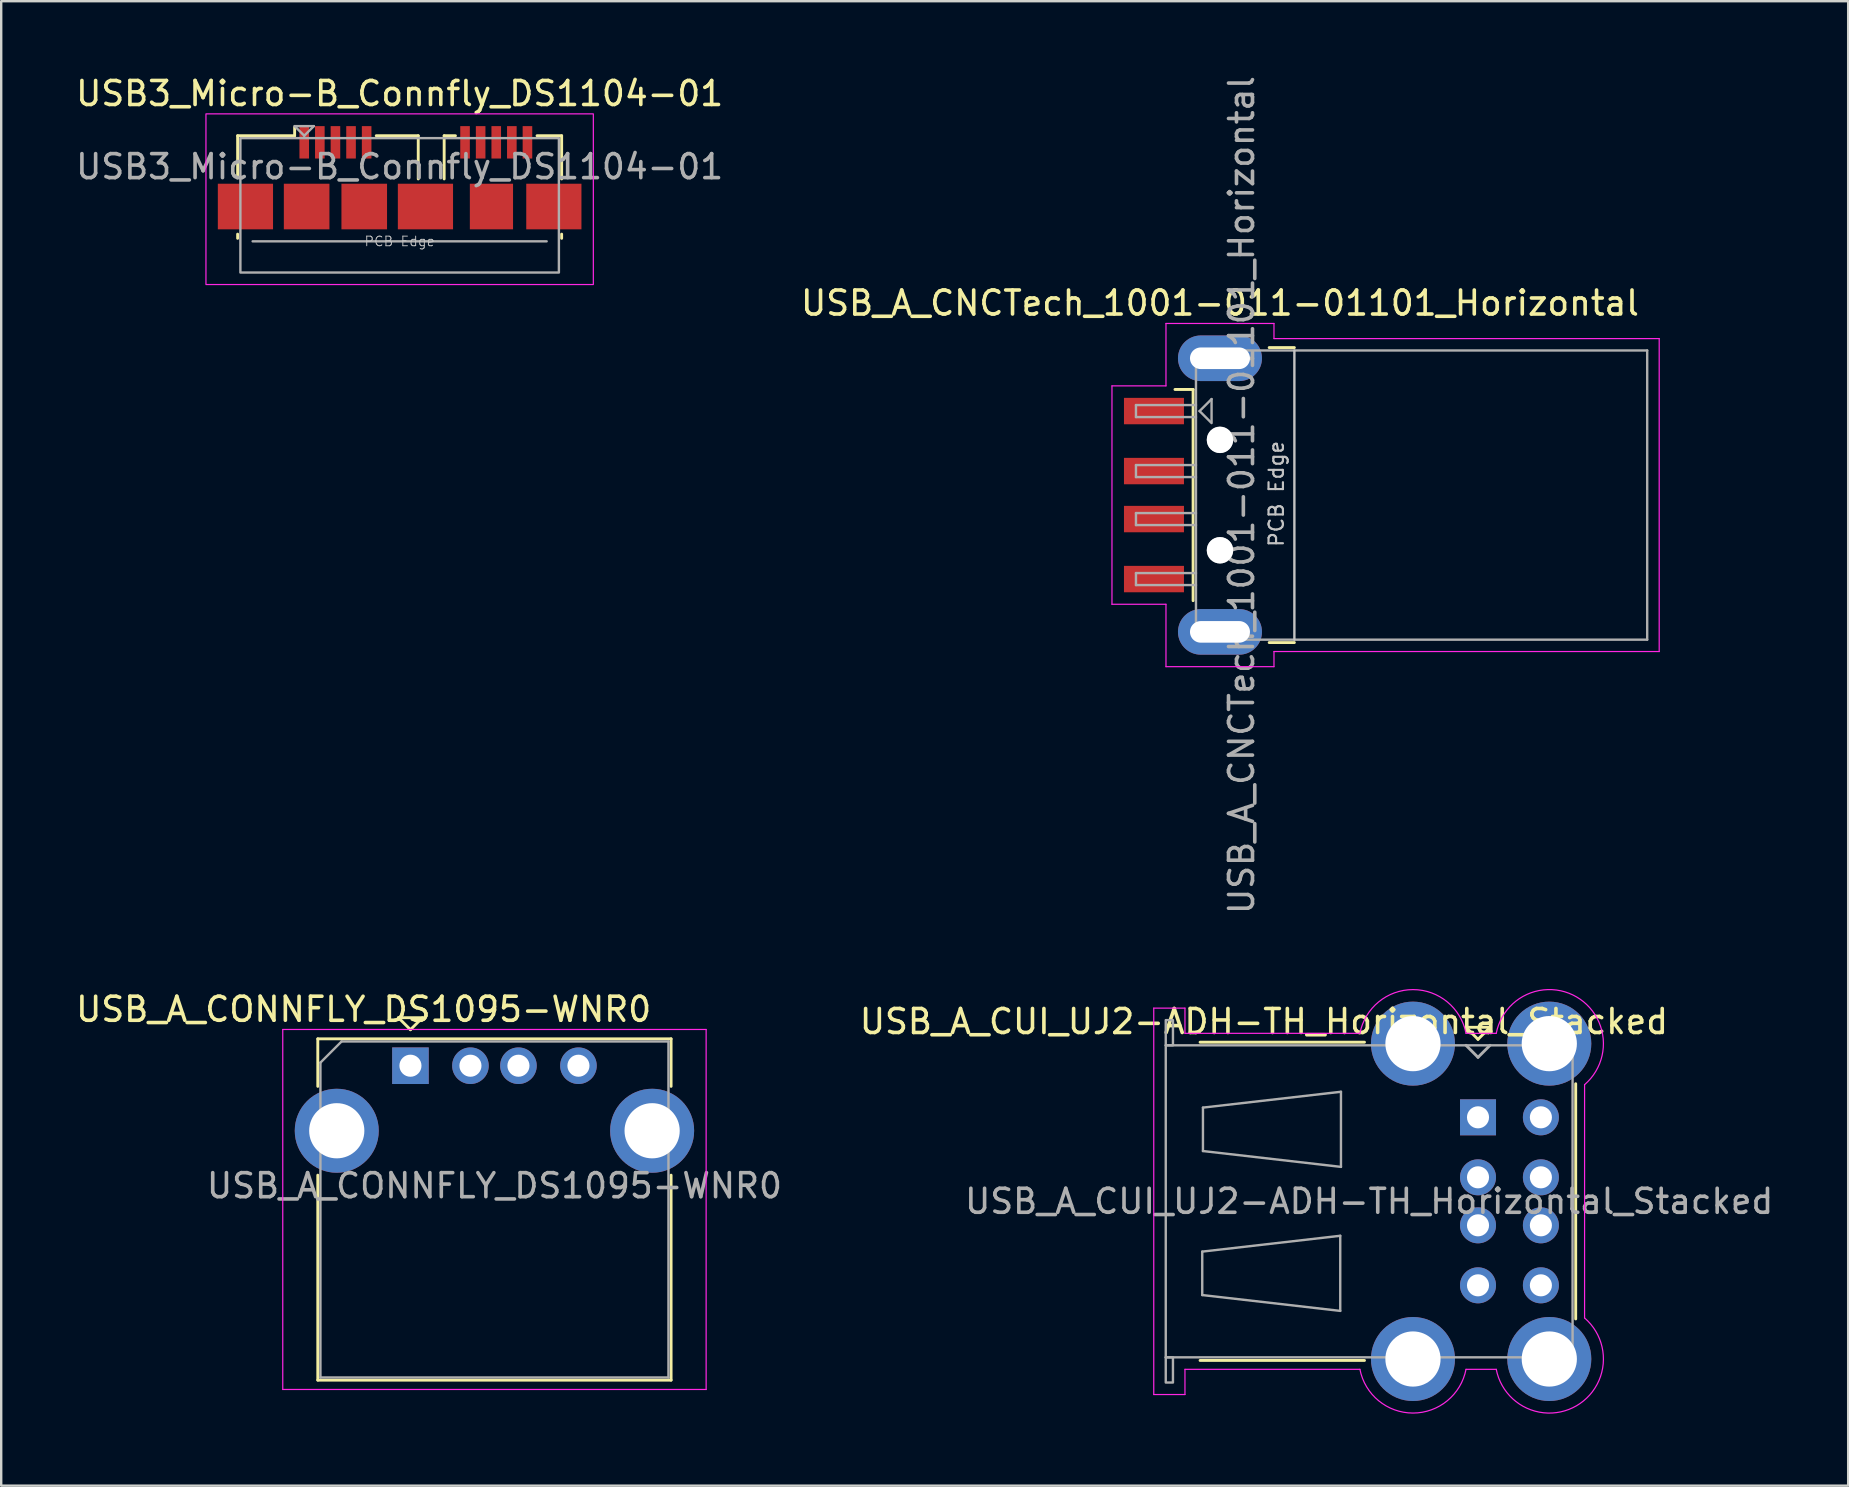
<source format=kicad_pcb>
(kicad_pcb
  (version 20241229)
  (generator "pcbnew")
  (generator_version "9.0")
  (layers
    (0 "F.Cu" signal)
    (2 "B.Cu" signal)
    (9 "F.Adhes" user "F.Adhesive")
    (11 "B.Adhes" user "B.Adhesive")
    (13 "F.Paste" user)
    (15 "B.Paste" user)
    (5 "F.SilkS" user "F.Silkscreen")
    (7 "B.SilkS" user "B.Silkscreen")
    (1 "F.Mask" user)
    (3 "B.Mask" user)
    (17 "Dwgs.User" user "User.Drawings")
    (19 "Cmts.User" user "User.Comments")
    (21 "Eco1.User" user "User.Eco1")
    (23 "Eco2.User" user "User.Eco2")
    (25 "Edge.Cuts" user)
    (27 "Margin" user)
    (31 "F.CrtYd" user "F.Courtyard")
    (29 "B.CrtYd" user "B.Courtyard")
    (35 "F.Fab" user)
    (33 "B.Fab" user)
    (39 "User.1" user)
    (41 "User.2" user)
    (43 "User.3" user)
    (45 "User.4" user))
  (footprint "USB_A_CUI_UJ2-ADH-TH_Horizontal_Stacked"
    (layer "F.Cu")
    (at 58.531 43.503)
    (property "Reference" "USB_A_CUI_UJ2-ADH-TH_Horizontal_Stacked" (at -8.92 -3.99 0) (layer "F.SilkS") (effects (font (size 1 1) (thickness 0.15))))
    (attr through_hole)
    (fp_line (start -11.58 10.13) (end -4.73 10.13) (stroke (width 0.12) (type solid)) (layer "F.SilkS"))
    (fp_line (start -4.73 -3.13) (end -11.58 -3.13) (stroke (width 0.12) (type solid)) (layer "F.SilkS"))
    (fp_line (start -0.5 -3.75) (end 0 -3.25) (stroke (width 0.12) (type solid)) (layer "F.SilkS"))
    (fp_line (start 0 -3.25) (end 0.5 -3.75) (stroke (width 0.12) (type solid)) (layer "F.SilkS"))
    (fp_line (start 0.5 -3.75) (end -0.5 -3.75) (stroke (width 0.12) (type solid)) (layer "F.SilkS"))
    (fp_line (start 4.07 8.4) (end 4.07 -1.4) (stroke (width 0.12) (type solid)) (layer "F.SilkS"))
    (fp_line (start -13.51 -4.55) (end -13.51 11.55) (stroke (width 0.05) (type solid)) (layer "F.CrtYd"))
    (fp_line (start -13.51 -4.55) (end -12.21 -4.55) (stroke (width 0.05) (type default)) (layer "F.CrtYd"))
    (fp_line (start -13.51 11.55) (end -12.21 11.55) (stroke (width 0.05) (type default)) (layer "F.CrtYd"))
    (fp_line (start -12.21 -4.55) (end -12.21 -3.5) (stroke (width 0.05) (type solid)) (layer "F.CrtYd"))
    (fp_line (start -12.21 10.5) (end -4.92 10.5) (stroke (width 0.05) (type solid)) (layer "F.CrtYd"))
    (fp_line (start -12.21 11.55) (end -12.21 10.5) (stroke (width 0.05) (type solid)) (layer "F.CrtYd"))
    (fp_line (start -4.92 -3.5) (end -12.21 -3.5) (stroke (width 0.05) (type solid)) (layer "F.CrtYd"))
    (fp_line (start -0.5 -3.5) (end 0.76 -3.5) (stroke (width 0.05) (type solid)) (layer "F.CrtYd"))
    (fp_line (start -0.5 10.5) (end 0.76 10.5) (stroke (width 0.05) (type solid)) (layer "F.CrtYd"))
    (fp_line (start 4.44 8.36) (end 4.44 -1.36) (stroke (width 0.05) (type solid)) (layer "F.CrtYd"))
    (fp_arc (start -4.92 -3.5) (mid -2.71 -5.321444) (end -0.5 -3.5) (stroke (width 0.05) (type solid)) (layer "F.CrtYd"))
    (fp_arc (start -0.5 10.5) (mid -2.71 12.321444) (end -4.92 10.5) (stroke (width 0.05) (type solid)) (layer "F.CrtYd"))
    (fp_arc (start 0.76 -3.5) (mid 4.104744 -5.017597) (end 4.44 -1.36) (stroke (width 0.05) (type solid)) (layer "F.CrtYd"))
    (fp_arc (start 2.97 10.07) (mid 2.97 10.07) (end 2.97 10.07) (stroke (width 0.05) (type solid)) (layer "F.CrtYd"))
    (fp_arc (start 4.44 8.36) (mid 4.104745 12.017598) (end 0.76 10.5) (stroke (width 0.05) (type solid)) (layer "F.CrtYd"))
    (fp_line (start -13.01 -3) (end -13.01 10) (stroke (width 0.1) (type solid)) (layer "F.Fab"))
    (fp_line (start -13.01 10) (end 3.94 10) (stroke (width 0.1) (type solid)) (layer "F.Fab"))
    (fp_line (start -11.49 5.595) (end -11.49 7.405) (stroke (width 0.1) (type solid)) (layer "F.Fab"))
    (fp_line (start -11.49 7.405) (end -5.74 8.065) (stroke (width 0.1) (type solid)) (layer "F.Fab"))
    (fp_line (start -11.46 -0.405) (end -11.46 1.405) (stroke (width 0.1) (type solid)) (layer "F.Fab"))
    (fp_line (start -11.46 1.405) (end -5.71 2.065) (stroke (width 0.1) (type solid)) (layer "F.Fab"))
    (fp_line (start -5.74 4.935) (end -11.49 5.595) (stroke (width 0.1) (type solid)) (layer "F.Fab"))
    (fp_line (start -5.74 8.065) (end -5.74 4.935) (stroke (width 0.1) (type solid)) (layer "F.Fab"))
    (fp_line (start -5.71 -1.065) (end -11.46 -0.405) (stroke (width 0.1) (type solid)) (layer "F.Fab"))
    (fp_line (start -5.71 2.065) (end -5.71 -1.065) (stroke (width 0.1) (type solid)) (layer "F.Fab"))
    (fp_line (start 0 -2.5) (end -0.5 -3) (stroke (width 0.12) (type solid)) (layer "F.Fab"))
    (fp_line (start 0 -2.5) (end 0.5 -3) (stroke (width 0.12) (type solid)) (layer "F.Fab"))
    (fp_line (start 3.94 -3) (end -13.01 -3) (stroke (width 0.1) (type solid)) (layer "F.Fab"))
    (fp_line (start 3.94 10) (end 3.94 -3) (stroke (width 0.1) (type solid)) (layer "F.Fab"))
    (fp_rect (start -13.01 -4.05) (end -12.71 -3) (stroke (width 0.1) (type default)) (fill no) (layer "F.Fab"))
    (fp_rect (start -13.01 10) (end -12.71 11.05) (stroke (width 0.1) (type default)) (fill no) (layer "F.Fab"))
    (fp_text user "${REFERENCE}" (at -4.535 3.5 0) (layer "F.Fab") (effects (font (size 1 1) (thickness 0.15))))
    (pad "1" thru_hole rect (at 0 0) (size 1.5 1.5) (drill 0.92) (layers "*.Cu" "*.Mask"))
    (pad "2" thru_hole circle (at 0 2.5) (size 1.5 1.5) (drill 0.92) (layers "*.Cu" "*.Mask"))
    (pad "3" thru_hole circle (at 0 4.5) (size 1.5 1.5) (drill 0.92) (layers "*.Cu" "*.Mask"))
    (pad "4" thru_hole circle (at 0 7) (size 1.5 1.5) (drill 0.92) (layers "*.Cu" "*.Mask"))
    (pad "5" thru_hole circle (at 2.62 0) (size 1.5 1.5) (drill 0.92) (layers "*.Cu" "*.Mask"))
    (pad "6" thru_hole circle (at 2.62 2.5) (size 1.5 1.5) (drill 0.92) (layers "*.Cu" "*.Mask"))
    (pad "7" thru_hole circle (at 2.62 4.5) (size 1.5 1.5) (drill 0.92) (layers "*.Cu" "*.Mask"))
    (pad "8" thru_hole circle (at 2.62 7) (size 1.5 1.5) (drill 0.92) (layers "*.Cu" "*.Mask"))
    (pad "9" thru_hole circle (at -2.71 -3.07) (size 3.5 3.5) (drill 2.3) (layers "*.Cu" "*.Mask"))
    (pad "9" thru_hole circle (at -2.71 10.07) (size 3.5 3.5) (drill 2.3) (layers "*.Cu" "*.Mask"))
    (pad "9" thru_hole circle (at 2.97 -3.07) (size 3.5 3.5) (drill 2.3) (layers "*.Cu" "*.Mask"))
    (pad "9" thru_hole circle (at 2.97 10.07) (size 3.5 3.5) (drill 2.3) (layers "*.Cu" "*.Mask")))
  (footprint "USB3_Micro-B_Connfly_DS1104-01"
    (layer "F.Cu")
    (at 13.601 4.355)
    (property "Reference" "USB3_Micro-B_Connfly_DS1104-01" (at 0 -3.507 0) (unlocked yes) (layer "F.SilkS") (effects (font (size 1 1) (thickness 0.15))))
    (attr smd)
    (fp_line (start -6.75 -1.75) (end -6.75 0) (stroke (width 0.12) (type solid)) (layer "F.SilkS"))
    (fp_line (start -6.75 2.35) (end -6.75 2.525) (stroke (width 0.12) (type solid)) (layer "F.SilkS"))
    (fp_line (start -4.375 -2.1) (end -4.375 -1.75) (stroke (width 0.12) (type solid)) (layer "F.SilkS"))
    (fp_line (start -4.375 -1.75) (end -6.75 -1.75) (stroke (width 0.12) (type solid)) (layer "F.SilkS"))
    (fp_line (start 0.775 -1.75) (end -0.975 -1.75) (stroke (width 0.12) (type solid)) (layer "F.SilkS"))
    (fp_line (start 0.775 -1.75) (end 0.775 0.05) (stroke (width 0.12) (type solid)) (layer "F.SilkS"))
    (fp_line (start 1.855 -1.75) (end 1.855 0.05) (stroke (width 0.12) (type solid)) (layer "F.SilkS"))
    (fp_line (start 2.325 -1.75) (end 1.855 -1.75) (stroke (width 0.12) (type solid)) (layer "F.SilkS"))
    (fp_line (start 5.725 -1.75) (end 6.75 -1.75) (stroke (width 0.12) (type solid)) (layer "F.SilkS"))
    (fp_line (start 6.75 -1.75) (end 6.75 0.05) (stroke (width 0.12) (type solid)) (layer "F.SilkS"))
    (fp_line (start 6.75 2.35) (end 6.75 2.525) (stroke (width 0.12) (type solid)) (layer "F.SilkS"))
    (fp_rect (start -8.07 -2.66) (end 8.07 4.45) (stroke (width 0.05) (type solid)) (fill no) (layer "F.CrtYd"))
    (fp_line (start -6.125 2.65) (end 6.125 2.65) (stroke (width 0.1) (type solid)) (layer "F.Fab"))
    (fp_line (start -4.375 -2.15) (end -3.975 -1.75) (stroke (width 0.1) (type solid)) (layer "F.Fab"))
    (fp_line (start -3.975 -1.75) (end -3.575 -2.15) (stroke (width 0.1) (type solid)) (layer "F.Fab"))
    (fp_line (start -3.575 -2.15) (end -4.375 -2.15) (stroke (width 0.1) (type solid)) (layer "F.Fab"))
    (fp_rect (start -6.635 -1.65) (end 6.635 3.95) (stroke (width 0.1) (type solid)) (fill no) (layer "F.Fab"))
    (fp_text user "PCB Edge" (at 0 2.65 0) (unlocked yes) (layer "Dwgs.User") (effects (font (size 0.4 0.4) (thickness 0.04))))
    (fp_text user "${REFERENCE}" (at 0 -0.459 0) (unlocked yes) (layer "F.Fab") (effects (font (size 1 1) (thickness 0.15))))
    (pad "1" smd rect (at -3.975 -1.475) (size 0.4 1.35) (layers "F.Cu" "F.Mask" "F.Paste"))
    (pad "2" smd rect (at -3.325 -1.475) (size 0.4 1.35) (layers "F.Cu" "F.Mask" "F.Paste"))
    (pad "3" smd rect (at -2.675 -1.475) (size 0.4 1.35) (layers "F.Cu" "F.Mask" "F.Paste"))
    (pad "4" smd rect (at -2.025 -1.475) (size 0.4 1.35) (layers "F.Cu" "F.Mask" "F.Paste"))
    (pad "5" smd rect (at -1.375 -1.475) (size 0.4 1.35) (layers "F.Cu" "F.Mask" "F.Paste"))
    (pad "6" smd rect (at 2.725 -1.475) (size 0.4 1.35) (layers "F.Cu" "F.Mask" "F.Paste"))
    (pad "7" smd rect (at 3.375 -1.475) (size 0.4 1.35) (layers "F.Cu" "F.Mask" "F.Paste"))
    (pad "8" smd rect (at 4.025 -1.475) (size 0.4 1.35) (layers "F.Cu" "F.Mask" "F.Paste"))
    (pad "9" smd rect (at 4.675 -1.475) (size 0.4 1.35) (layers "F.Cu" "F.Mask" "F.Paste"))
    (pad "10" smd rect (at 5.325 -1.475) (size 0.4 1.35) (layers "F.Cu" "F.Mask" "F.Paste"))
    (pad "11" smd rect (at -6.425 1.2) (size 2.3 1.9) (layers "F.Cu" "F.Mask" "F.Paste"))
    (pad "11" smd rect (at -3.875 1.2) (size 1.9 1.9) (layers "F.Cu" "F.Mask" "F.Paste"))
    (pad "11" smd rect (at -1.475 1.2) (size 1.9 1.9) (layers "F.Cu" "F.Mask" "F.Paste"))
    (pad "11" smd rect (at 1.075 1.2) (size 2.3 1.9) (layers "F.Cu" "F.Mask" "F.Paste"))
    (pad "11" smd rect (at 3.825 1.2) (size 1.8 1.9) (layers "F.Cu" "F.Mask" "F.Paste"))
    (pad "11" smd rect (at 6.425 1.2) (size 2.3 1.9) (layers "F.Cu" "F.Mask" "F.Paste")))
  (footprint "USB_A_CNCTech_1001-011-01101_Horizontal"
    (layer "F.Cu")
    (at 54.68 17.577)
    (property "Reference" "USB_A_CNCTech_1001-011-01101_Horizontal" (at -6.9 -8 0) (layer "F.SilkS") (effects (font (size 1 1) (thickness 0.15))))
    (attr smd)
    (fp_line (start -8.02 -4.4) (end -8.775 -4.4) (stroke (width 0.12) (type solid)) (layer "F.SilkS"))
    (fp_line (start -8.02 -4.4) (end -8.02 4.4) (stroke (width 0.12) (type solid)) (layer "F.SilkS"))
    (fp_line (start -4.85 -6.145) (end -3.8 -6.145) (stroke (width 0.12) (type solid)) (layer "F.SilkS"))
    (fp_line (start -4.85 6.145) (end -3.8 6.145) (stroke (width 0.12) (type solid)) (layer "F.SilkS"))
    (fp_line (start -3.8 6.025) (end -3.8 -6.025) (stroke (width 0.1) (type solid)) (layer "Dwgs.User"))
    (fp_line (start -11.4 -4.55) (end -9.15 -4.55) (stroke (width 0.05) (type solid)) (layer "F.CrtYd"))
    (fp_line (start -11.4 4.55) (end -11.4 -4.55) (stroke (width 0.05) (type solid)) (layer "F.CrtYd"))
    (fp_line (start -11.4 4.55) (end -9.15 4.55) (stroke (width 0.05) (type solid)) (layer "F.CrtYd"))
    (fp_line (start -9.15 -7.15) (end -9.15 -4.55) (stroke (width 0.05) (type solid)) (layer "F.CrtYd"))
    (fp_line (start -9.15 -7.15) (end -4.65 -7.15) (stroke (width 0.05) (type solid)) (layer "F.CrtYd"))
    (fp_line (start -9.15 4.55) (end -9.15 7.15) (stroke (width 0.05) (type solid)) (layer "F.CrtYd"))
    (fp_line (start -9.15 7.15) (end -4.65 7.15) (stroke (width 0.05) (type solid)) (layer "F.CrtYd"))
    (fp_line (start -4.65 -6.52) (end -4.65 -7.15) (stroke (width 0.05) (type solid)) (layer "F.CrtYd"))
    (fp_line (start -4.65 -6.52) (end 11.4 -6.52) (stroke (width 0.05) (type solid)) (layer "F.CrtYd"))
    (fp_line (start -4.65 6.52) (end 11.4 6.52) (stroke (width 0.05) (type solid)) (layer "F.CrtYd"))
    (fp_line (start -4.65 7.15) (end -4.65 6.52) (stroke (width 0.05) (type solid)) (layer "F.CrtYd"))
    (fp_line (start 11.4 6.52) (end 11.4 -6.52) (stroke (width 0.05) (type solid)) (layer "F.CrtYd"))
    (fp_line (start -10.4 -3.75) (end -7.9 -3.75) (stroke (width 0.1) (type solid)) (layer "F.Fab"))
    (fp_line (start -10.4 -3.25) (end -10.4 -3.75) (stroke (width 0.1) (type solid)) (layer "F.Fab"))
    (fp_line (start -10.4 -3.25) (end -7.9 -3.25) (stroke (width 0.1) (type solid)) (layer "F.Fab"))
    (fp_line (start -10.4 -1.25) (end -7.9 -1.25) (stroke (width 0.1) (type solid)) (layer "F.Fab"))
    (fp_line (start -10.4 -0.75) (end -10.4 -1.25) (stroke (width 0.1) (type solid)) (layer "F.Fab"))
    (fp_line (start -10.4 -0.75) (end -7.9 -0.75) (stroke (width 0.1) (type solid)) (layer "F.Fab"))
    (fp_line (start -10.4 0.75) (end -7.9 0.75) (stroke (width 0.1) (type solid)) (layer "F.Fab"))
    (fp_line (start -10.4 1.25) (end -10.4 0.75) (stroke (width 0.1) (type solid)) (layer "F.Fab"))
    (fp_line (start -10.4 1.25) (end -7.9 1.25) (stroke (width 0.1) (type solid)) (layer "F.Fab"))
    (fp_line (start -10.4 3.25) (end -7.9 3.25) (stroke (width 0.1) (type solid)) (layer "F.Fab"))
    (fp_line (start -10.4 3.75) (end -10.4 3.25) (stroke (width 0.1) (type solid)) (layer "F.Fab"))
    (fp_line (start -10.4 3.75) (end -7.9 3.75) (stroke (width 0.1) (type solid)) (layer "F.Fab"))
    (fp_line (start -7.9 -6.025) (end 10.9 -6.025) (stroke (width 0.1) (type solid)) (layer "F.Fab"))
    (fp_line (start -7.9 6.025) (end -7.9 -6.025) (stroke (width 0.1) (type solid)) (layer "F.Fab"))
    (fp_line (start -7.9 6.025) (end 10.9 6.025) (stroke (width 0.1) (type solid)) (layer "F.Fab"))
    (fp_line (start -7.75 -3.5) (end -7.25 -4) (stroke (width 0.1) (type solid)) (layer "F.Fab"))
    (fp_line (start -7.75 -3.5) (end -7.25 -3) (stroke (width 0.1) (type solid)) (layer "F.Fab"))
    (fp_line (start -7.25 -4) (end -7.25 -3.05) (stroke (width 0.1) (type solid)) (layer "F.Fab"))
    (fp_line (start 10.9 6.025) (end 10.9 -6.025) (stroke (width 0.1) (type solid)) (layer "F.Fab"))
    (fp_circle (center -6.9 -2.3) (end -6.9 -2.8) (stroke (width 0.1) (type solid)) (fill no) (layer "F.Fab"))
    (fp_circle (center -6.9 2.3) (end -6.9 2.8) (stroke (width 0.1) (type solid)) (fill no) (layer "F.Fab"))
    (fp_text user "PCB Edge" (at -4.55 -0.05 90) (layer "Dwgs.User") (effects (font (size 0.6 0.6) (thickness 0.09))))
    (fp_text user "${REFERENCE}" (at -6 0 90) (layer "F.Fab") (effects (font (size 1 1) (thickness 0.15))))
    (pad "" np_thru_hole circle (at -6.9 -2.3) (size 1.1 1.1) (drill 1.1) (layers "*.Cu" "*.Mask"))
    (pad "" np_thru_hole circle (at -6.9 2.3) (size 1.1 1.1) (drill 1.1) (layers "*.Cu" "*.Mask"))
    (pad "1" smd rect (at -9.65 -3.5) (size 2.5 1.1) (layers "F.Cu" "F.Mask" "F.Paste"))
    (pad "2" smd rect (at -9.65 -1) (size 2.5 1.1) (layers "F.Cu" "F.Mask" "F.Paste"))
    (pad "3" smd rect (at -9.65 1) (size 2.5 1.1) (layers "F.Cu" "F.Mask" "F.Paste"))
    (pad "4" smd rect (at -9.65 3.5) (size 2.5 1.1) (layers "F.Cu" "F.Mask" "F.Paste"))
    (pad "5" thru_hole oval (at -6.9 -5.7) (size 3.5 1.9) (drill oval 2.5 0.9) (layers "*.Cu" "*.Mask"))
    (pad "5" thru_hole oval (at -6.9 5.7) (size 3.5 1.9) (drill oval 2.5 0.9) (layers "*.Cu" "*.Mask")))
  (footprint "USB_A_CONNFLY_DS1095-WNR0"
    (layer "F.Cu")
    (at 14.051 41.353)
    (property "Reference" "USB_A_CONNFLY_DS1095-WNR0" (at -1.95 -2.35 0) (layer "F.SilkS") (effects (font (size 1 1) (thickness 0.15))))
    (attr through_hole)
    (fp_line (start -3.86 -1.12) (end -3.86 0.86) (stroke (width 0.12) (type solid)) (layer "F.SilkS"))
    (fp_line (start -3.86 -1.12) (end 10.86 -1.12) (stroke (width 0.12) (type solid)) (layer "F.SilkS"))
    (fp_line (start -3.86 4.56) (end -3.86 13.1) (stroke (width 0.12) (type solid)) (layer "F.SilkS"))
    (fp_line (start -3.86 13.1) (end 10.86 13.1) (stroke (width 0.12) (type solid)) (layer "F.SilkS"))
    (fp_line (start -0.5 -2) (end 0 -1.5) (stroke (width 0.12) (type solid)) (layer "F.SilkS"))
    (fp_line (start 0 -1.5) (end 0.5 -2) (stroke (width 0.12) (type solid)) (layer "F.SilkS"))
    (fp_line (start 0.5 -2) (end -0.5 -2) (stroke (width 0.12) (type solid)) (layer "F.SilkS"))
    (fp_line (start 10.86 0.86) (end 10.86 -1.12) (stroke (width 0.12) (type solid)) (layer "F.SilkS"))
    (fp_line (start 10.86 4.56) (end 10.86 13.1) (stroke (width 0.12) (type solid)) (layer "F.SilkS"))
    (fp_line (start -5.32 -1.51) (end -5.32 13.49) (stroke (width 0.05) (type solid)) (layer "F.CrtYd"))
    (fp_line (start -5.32 -1.51) (end 12.32 -1.51) (stroke (width 0.05) (type solid)) (layer "F.CrtYd"))
    (fp_line (start 12.32 -1.51) (end 12.32 13.49) (stroke (width 0.05) (type solid)) (layer "F.CrtYd"))
    (fp_line (start 12.32 13.49) (end -5.32 13.49) (stroke (width 0.05) (type solid)) (layer "F.CrtYd"))
    (fp_line (start -3.75 -0.13) (end -3.75 12.99) (stroke (width 0.1) (type solid)) (layer "F.Fab"))
    (fp_line (start -3.75 12.99) (end 10.75 12.99) (stroke (width 0.1) (type solid)) (layer "F.Fab"))
    (fp_line (start -2.87 -1.01) (end -3.75 -0.13) (stroke (width 0.1) (type solid)) (layer "F.Fab"))
    (fp_line (start -2.87 -1.01) (end 10.75 -1.01) (stroke (width 0.1) (type solid)) (layer "F.Fab"))
    (fp_line (start 10.75 -1.01) (end 10.75 12.99) (stroke (width 0.1) (type solid)) (layer "F.Fab"))
    (fp_text user "${REFERENCE}" (at 3.5 5 0) (layer "F.Fab") (effects (font (size 1 1) (thickness 0.15))))
    (pad "1" thru_hole rect (at 0 0) (size 1.524 1.524) (drill 0.92) (layers "*.Cu" "*.Mask"))
    (pad "2" thru_hole circle (at 2.5 0) (size 1.524 1.524) (drill 0.92) (layers "*.Cu" "*.Mask"))
    (pad "3" thru_hole circle (at 4.5 0) (size 1.524 1.524) (drill 0.92) (layers "*.Cu" "*.Mask"))
    (pad "4" thru_hole circle (at 7 0) (size 1.524 1.524) (drill 0.92) (layers "*.Cu" "*.Mask"))
    (pad "5" thru_hole circle (at -3.07 2.71) (size 3.5 3.5) (drill 2.3) (layers "*.Cu" "*.Mask"))
    (pad "5" thru_hole circle (at 10.07 2.71) (size 3.5 3.5) (drill 2.3) (layers "*.Cu" "*.Mask")))
  (gr_rect
    (start -3 -3)
    (end 73.954 58.851)
    (stroke (width 0.1) (type default))
    (fill no)
    (layer "Edge.Cuts")))
</source>
